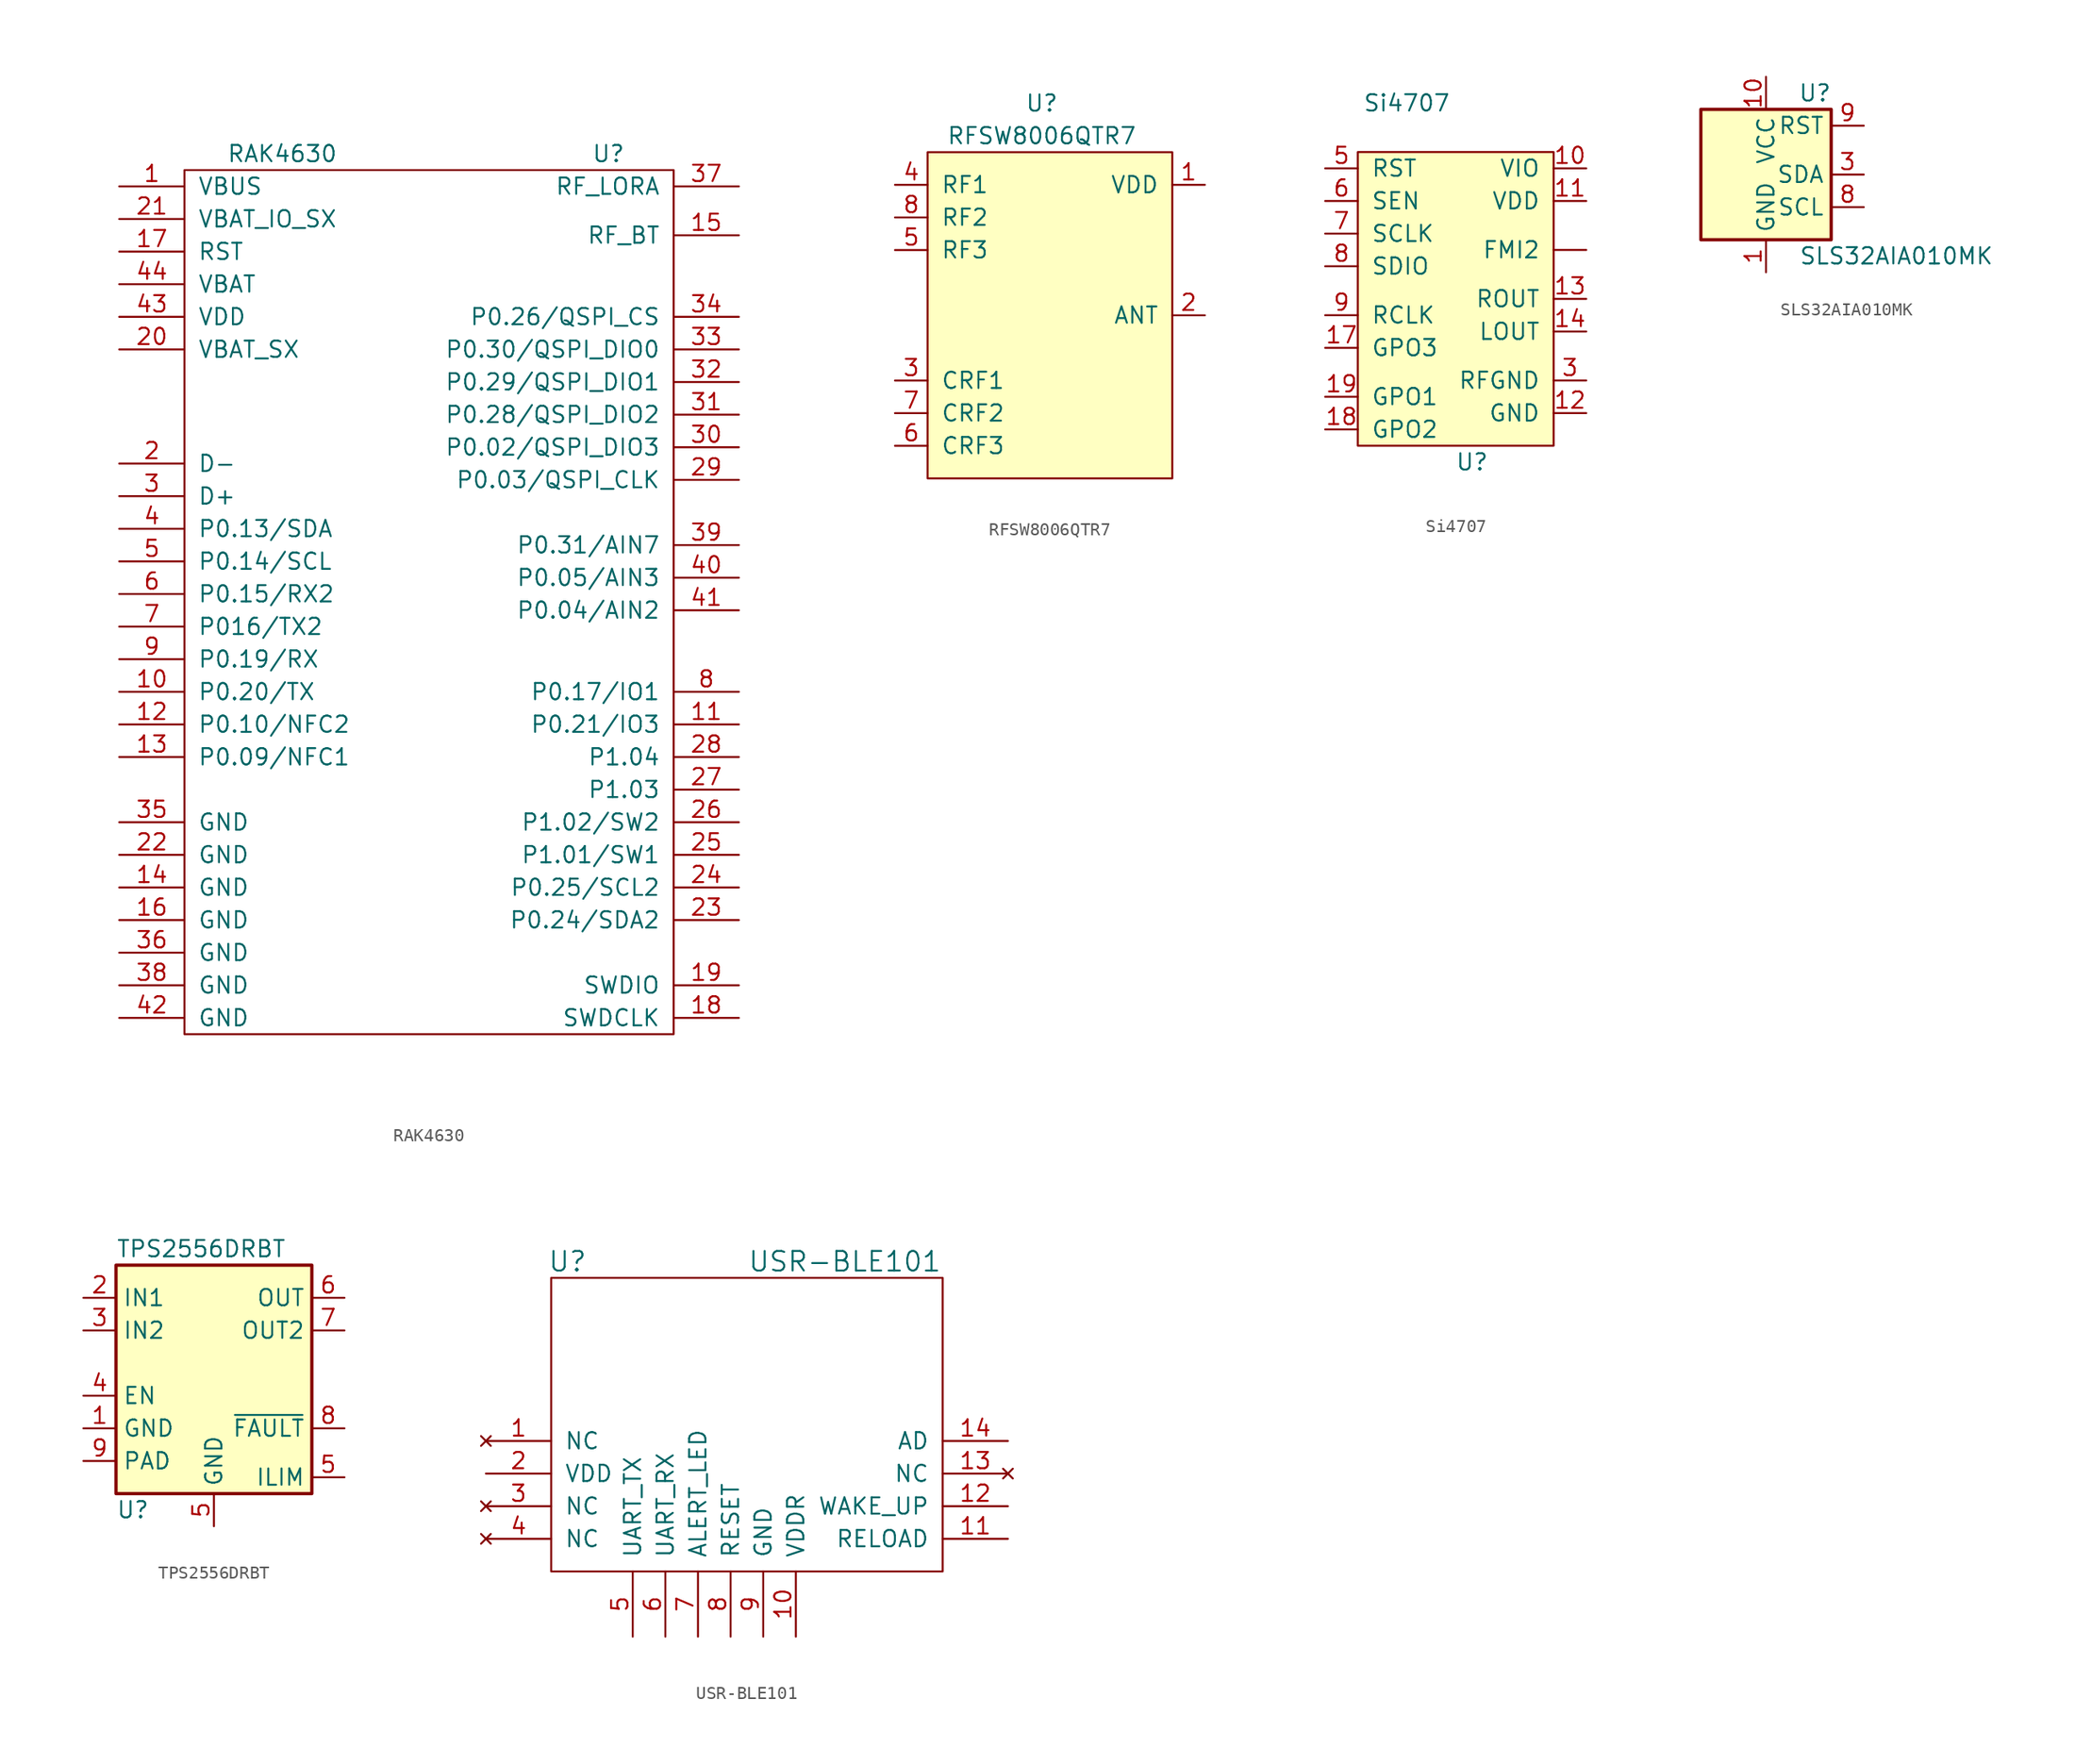
<source format=kicad_sym>
(kicad_symbol_lib
  (version 20211014)
  (generator kicad_symbol_editor)
  (symbol "RAK4630"
    (pin_names
      (offset 1.016))
    (property "Reference" "U"
      (at 13.97 7.62 0)
      (effects (font (size 1.27 1.27))))
    (property "Value" "RAK4630"
      (at -11.43 7.62 0)
      (effects (font (size 1.27 1.27))))
    (symbol "RAK4630_0_1"
      (rectangle (start 19.05 6.35) (end -19.05 -60.96) (stroke (width 0) (type default) (color 0 0 0 0)) (fill (type none))))
    (symbol "RAK4630_1_1"
      (pin input line (at -24.13 5.08 0) (length 5.08) (name "VBUS" (effects (font (size 1.27 1.27)))) (number "1" (effects (font (size 1.27 1.27)))))
      (pin input line (at -24.13 -34.29 0) (length 5.08) (name "P0.20/TX" (effects (font (size 1.27 1.27)))) (number "10" (effects (font (size 1.27 1.27)))))
      (pin input line (at 24.13 -36.83 180) (length 5.08) (name "P0.21/IO3" (effects (font (size 1.27 1.27)))) (number "11" (effects (font (size 1.27 1.27)))))
      (pin input line (at -24.13 -36.83 0) (length 5.08) (name "P0.10/NFC2" (effects (font (size 1.27 1.27)))) (number "12" (effects (font (size 1.27 1.27)))))
      (pin input line (at -24.13 -39.37 0) (length 5.08) (name "P0.09/NFC1" (effects (font (size 1.27 1.27)))) (number "13" (effects (font (size 1.27 1.27)))))
      (pin input line (at -24.13 -49.53 0) (length 5.08) (name "GND" (effects (font (size 1.27 1.27)))) (number "14" (effects (font (size 1.27 1.27)))))
      (pin input line (at 24.13 1.27 180) (length 5.08) (name "RF_BT" (effects (font (size 1.27 1.27)))) (number "15" (effects (font (size 1.27 1.27)))))
      (pin input line (at -24.13 -52.07 0) (length 5.08) (name "GND" (effects (font (size 1.27 1.27)))) (number "16" (effects (font (size 1.27 1.27)))))
      (pin input line (at -24.13 0 0) (length 5.08) (name "RST" (effects (font (size 1.27 1.27)))) (number "17" (effects (font (size 1.27 1.27)))))
      (pin input line (at 24.13 -59.69 180) (length 5.08) (name "SWDCLK" (effects (font (size 1.27 1.27)))) (number "18" (effects (font (size 1.27 1.27)))))
      (pin input line (at 24.13 -57.15 180) (length 5.08) (name "SWDIO" (effects (font (size 1.27 1.27)))) (number "19" (effects (font (size 1.27 1.27)))))
      (pin input line (at -24.13 -16.51 0) (length 5.08) (name "D-" (effects (font (size 1.27 1.27)))) (number "2" (effects (font (size 1.27 1.27)))))
      (pin input line (at -24.13 -7.62 0) (length 5.08) (name "VBAT_SX" (effects (font (size 1.27 1.27)))) (number "20" (effects (font (size 1.27 1.27)))))
      (pin input line (at -24.13 2.54 0) (length 5.08) (name "VBAT_IO_SX" (effects (font (size 1.27 1.27)))) (number "21" (effects (font (size 1.27 1.27)))))
      (pin input line (at -24.13 -46.99 0) (length 5.08) (name "GND" (effects (font (size 1.27 1.27)))) (number "22" (effects (font (size 1.27 1.27)))))
      (pin input line (at 24.13 -52.07 180) (length 5.08) (name "P0.24/SDA2" (effects (font (size 1.27 1.27)))) (number "23" (effects (font (size 1.27 1.27)))))
      (pin input line (at 24.13 -49.53 180) (length 5.08) (name "P0.25/SCL2" (effects (font (size 1.27 1.27)))) (number "24" (effects (font (size 1.27 1.27)))))
      (pin input line (at 24.13 -46.99 180) (length 5.08) (name "P1.01/SW1" (effects (font (size 1.27 1.27)))) (number "25" (effects (font (size 1.27 1.27)))))
      (pin input line (at 24.13 -44.45 180) (length 5.08) (name "P1.02/SW2" (effects (font (size 1.27 1.27)))) (number "26" (effects (font (size 1.27 1.27)))))
      (pin input line (at 24.13 -41.91 180) (length 5.08) (name "P1.03" (effects (font (size 1.27 1.27)))) (number "27" (effects (font (size 1.27 1.27)))))
      (pin input line (at 24.13 -39.37 180) (length 5.08) (name "P1.04" (effects (font (size 1.27 1.27)))) (number "28" (effects (font (size 1.27 1.27)))))
      (pin input line (at 24.13 -17.78 180) (length 5.08) (name "P0.03/QSPI_CLK" (effects (font (size 1.27 1.27)))) (number "29" (effects (font (size 1.27 1.27)))))
      (pin input line (at -24.13 -19.05 0) (length 5.08) (name "D+" (effects (font (size 1.27 1.27)))) (number "3" (effects (font (size 1.27 1.27)))))
      (pin input line (at 24.13 -15.24 180) (length 5.08) (name "P0.02/QSPI_DIO3" (effects (font (size 1.27 1.27)))) (number "30" (effects (font (size 1.27 1.27)))))
      (pin input line (at 24.13 -12.7 180) (length 5.08) (name "P0.28/QSPI_DIO2" (effects (font (size 1.27 1.27)))) (number "31" (effects (font (size 1.27 1.27)))))
      (pin input line (at 24.13 -10.16 180) (length 5.08) (name "P0.29/QSPI_DIO1" (effects (font (size 1.27 1.27)))) (number "32" (effects (font (size 1.27 1.27)))))
      (pin input line (at 24.13 -7.62 180) (length 5.08) (name "P0.30/QSPI_DIO0" (effects (font (size 1.27 1.27)))) (number "33" (effects (font (size 1.27 1.27)))))
      (pin input line (at 24.13 -5.08 180) (length 5.08) (name "P0.26/QSPI_CS" (effects (font (size 1.27 1.27)))) (number "34" (effects (font (size 1.27 1.27)))))
      (pin input line (at -24.13 -44.45 0) (length 5.08) (name "GND" (effects (font (size 1.27 1.27)))) (number "35" (effects (font (size 1.27 1.27)))))
      (pin input line (at -24.13 -54.61 0) (length 5.08) (name "GND" (effects (font (size 1.27 1.27)))) (number "36" (effects (font (size 1.27 1.27)))))
      (pin input line (at 24.13 5.08 180) (length 5.08) (name "RF_LORA" (effects (font (size 1.27 1.27)))) (number "37" (effects (font (size 1.27 1.27)))))
      (pin input line (at -24.13 -57.15 0) (length 5.08) (name "GND" (effects (font (size 1.27 1.27)))) (number "38" (effects (font (size 1.27 1.27)))))
      (pin input line (at 24.13 -22.86 180) (length 5.08) (name "P0.31/AIN7" (effects (font (size 1.27 1.27)))) (number "39" (effects (font (size 1.27 1.27)))))
      (pin input line (at -24.13 -21.59 0) (length 5.08) (name "P0.13/SDA" (effects (font (size 1.27 1.27)))) (number "4" (effects (font (size 1.27 1.27)))))
      (pin input line (at 24.13 -25.4 180) (length 5.08) (name "P0.05/AIN3" (effects (font (size 1.27 1.27)))) (number "40" (effects (font (size 1.27 1.27)))))
      (pin input line (at 24.13 -27.94 180) (length 5.08) (name "P0.04/AIN2" (effects (font (size 1.27 1.27)))) (number "41" (effects (font (size 1.27 1.27)))))
      (pin input line (at -24.13 -59.69 0) (length 5.08) (name "GND" (effects (font (size 1.27 1.27)))) (number "42" (effects (font (size 1.27 1.27)))))
      (pin input line (at -24.13 -5.08 0) (length 5.08) (name "VDD" (effects (font (size 1.27 1.27)))) (number "43" (effects (font (size 1.27 1.27)))))
      (pin input line (at -24.13 -2.54 0) (length 5.08) (name "VBAT" (effects (font (size 1.27 1.27)))) (number "44" (effects (font (size 1.27 1.27)))))
      (pin input line (at -24.13 -24.13 0) (length 5.08) (name "P0.14/SCL" (effects (font (size 1.27 1.27)))) (number "5" (effects (font (size 1.27 1.27)))))
      (pin input line (at -24.13 -26.67 0) (length 5.08) (name "P0.15/RX2" (effects (font (size 1.27 1.27)))) (number "6" (effects (font (size 1.27 1.27)))))
      (pin input line (at -24.13 -29.21 0) (length 5.08) (name "P016/TX2" (effects (font (size 1.27 1.27)))) (number "7" (effects (font (size 1.27 1.27)))))
      (pin input line (at 24.13 -34.29 180) (length 5.08) (name "P0.17/IO1" (effects (font (size 1.27 1.27)))) (number "8" (effects (font (size 1.27 1.27)))))
      (pin input line (at -24.13 -31.75 0) (length 5.08) (name "P0.19/RX" (effects (font (size 1.27 1.27)))) (number "9" (effects (font (size 1.27 1.27)))))))
  (symbol "RFSW8006QTR7"
    (pin_names
      (offset 1.016))
    (property "Reference" "U"
      (at 0 1.27 0)
      (effects (font (size 1.27 1.27))))
    (property "Value" "RFSW8006QTR7"
      (at 0 -1.27 0)
      (effects (font (size 1.27 1.27))))
    (symbol "RFSW8006QTR7_0_1"
      (rectangle (start -8.89 -2.54) (end 10.16 -27.94) (stroke (width 0) (type default) (color 0 0 0 0)) (fill (type background))))
    (symbol "RFSW8006QTR7_1_1"
      (pin input line (at 12.7 -5.08 180) (length 2.54) (name "VDD" (effects (font (size 1.27 1.27)))) (number "1" (effects (font (size 1.27 1.27)))))
      (pin input line (at 12.7 -15.24 180) (length 2.54) (name "ANT" (effects (font (size 1.27 1.27)))) (number "2" (effects (font (size 1.27 1.27)))))
      (pin input line (at -11.43 -20.32 0) (length 2.54) (name "CRF1" (effects (font (size 1.27 1.27)))) (number "3" (effects (font (size 1.27 1.27)))))
      (pin input line (at -11.43 -5.08 0) (length 2.54) (name "RF1" (effects (font (size 1.27 1.27)))) (number "4" (effects (font (size 1.27 1.27)))))
      (pin input line (at -11.43 -10.16 0) (length 2.54) (name "RF3" (effects (font (size 1.27 1.27)))) (number "5" (effects (font (size 1.27 1.27)))))
      (pin input line (at -11.43 -25.4 0) (length 2.54) (name "CRF3" (effects (font (size 1.27 1.27)))) (number "6" (effects (font (size 1.27 1.27)))))
      (pin input line (at -11.43 -22.86 0) (length 2.54) (name "CRF2" (effects (font (size 1.27 1.27)))) (number "7" (effects (font (size 1.27 1.27)))))
      (pin input line (at -11.43 -7.62 0) (length 2.54) (name "RF2" (effects (font (size 1.27 1.27)))) (number "8" (effects (font (size 1.27 1.27)))))))
  (symbol "Si4707"
    (pin_names
      (offset 1.016))
    (property "Reference" "U"
      (at 0 -13.97 0)
      (effects (font (size 1.27 1.27))))
    (property "Value" "Si4707"
      (at -5.08 13.97 0)
      (effects (font (size 1.27 1.27))))
    (symbol "Si4707_0_1"
      (rectangle (start -8.89 10.16) (end 6.35 -12.7) (stroke (width 0) (type default) (color 0 0 0 0)) (fill (type background))))
    (symbol "Si4707_1_1"
      (pin input line (at 8.89 8.89 180) (length 2.54) (name "VIO" (effects (font (size 1.27 1.27)))) (number "10" (effects (font (size 1.27 1.27)))))
      (pin input line (at 8.89 6.35 180) (length 2.54) (name "VDD" (effects (font (size 1.27 1.27)))) (number "11" (effects (font (size 1.27 1.27)))))
      (pin input line (at 8.89 -10.16 180) (length 2.54) (name "GND" (effects (font (size 1.27 1.27)))) (number "12" (effects (font (size 1.27 1.27)))))
      (pin input line (at 8.89 -1.27 180) (length 2.54) (name "ROUT" (effects (font (size 1.27 1.27)))) (number "13" (effects (font (size 1.27 1.27)))))
      (pin input line (at 8.89 -3.81 180) (length 2.54) (name "LOUT" (effects (font (size 1.27 1.27)))) (number "14" (effects (font (size 1.27 1.27)))))
      (pin input line (at 8.89 -10.16 180) (length 2.54) hide (name "NP2" (effects (font (size 1.27 1.27)))) (number "15" (effects (font (size 1.27 1.27)))))
      (pin input line (at 8.89 -10.16 180) (length 2.54) hide (name "NP3" (effects (font (size 1.27 1.27)))) (number "16" (effects (font (size 1.27 1.27)))))
      (pin input line (at -11.43 -5.08 0) (length 2.54) (name "GPO3" (effects (font (size 1.27 1.27)))) (number "17" (effects (font (size 1.27 1.27)))))
      (pin input line (at -11.43 -11.43 0) (length 2.54) (name "GPO2" (effects (font (size 1.27 1.27)))) (number "18" (effects (font (size 1.27 1.27)))))
      (pin input line (at -11.43 -8.89 0) (length 2.54) (name "GPO1" (effects (font (size 1.27 1.27)))) (number "19" (effects (font (size 1.27 1.27)))))
      (pin input line (at 8.89 -7.62 180) (length 2.54) (name "RFGND" (effects (font (size 1.27 1.27)))) (number "3" (effects (font (size 1.27 1.27)))))
      (pin input line (at -11.43 8.89 0) (length 2.54) (name "RST" (effects (font (size 1.27 1.27)))) (number "5" (effects (font (size 1.27 1.27)))))
      (pin input line (at -11.43 6.35 0) (length 2.54) (name "SEN" (effects (font (size 1.27 1.27)))) (number "6" (effects (font (size 1.27 1.27)))))
      (pin input line (at -11.43 3.81 0) (length 2.54) (name "SCLK" (effects (font (size 1.27 1.27)))) (number "7" (effects (font (size 1.27 1.27)))))
      (pin input line (at -11.43 1.27 0) (length 2.54) (name "SDIO" (effects (font (size 1.27 1.27)))) (number "8" (effects (font (size 1.27 1.27)))))
      (pin input line (at -11.43 -2.54 0) (length 2.54) (name "RCLK" (effects (font (size 1.27 1.27)))) (number "9" (effects (font (size 1.27 1.27)))))
      (pin input line (at 8.89 2.54 180) (length 2.54) (name "FMI2" (effects (font (size 1.27 1.27)))) (number "~" (effects (font (size 1.27 1.27)))))))
  (symbol "SLS32AIA010MK"
    (property "Reference" "U"
      (at 3.81 6.35 0)
      (effects (font (size 1.27 1.27))))
    (property "Value" "SLS32AIA010MK"
      (at 10.16 -6.35 0)
      (effects (font (size 1.27 1.27))))
    (symbol "SLS32AIA010MK_0_1"
      (rectangle (start -5.08 5.08) (end 5.08 -5.08) (stroke (width 0.254) (type default) (color 0 0 0 0)) (fill (type background))))
    (symbol "SLS32AIA010MK_1_1"
      (pin power_in line (at 0 -7.62 90) (length 2.54) (name "GND" (effects (font (size 1.27 1.27)))) (number "1" (effects (font (size 1.27 1.27)))))
      (pin power_in line (at 0 7.62 270) (length 2.54) (name "VCC" (effects (font (size 1.27 1.27)))) (number "10" (effects (font (size 1.27 1.27)))))
      (pin bidirectional line (at 7.62 0 180) (length 2.54) (name "SDA" (effects (font (size 1.27 1.27)))) (number "3" (effects (font (size 1.27 1.27)))))
      (pin input line (at 7.62 -2.54 180) (length 2.54) (name "SCL" (effects (font (size 1.27 1.27)))) (number "8" (effects (font (size 1.27 1.27)))))
      (pin input line (at 7.62 3.81 180) (length 2.54) (name "RST" (effects (font (size 1.27 1.27)))) (number "9" (effects (font (size 1.27 1.27)))))))
  (symbol "TPS2556DRBT"
    (property "Reference" "U"
      (at -7.62 -11.43 0)
      (effects (font (size 1.27 1.27)) (justify left)))
    (property "Value" "TPS2556DRBT"
      (at -7.62 8.89 0)
      (effects (font (size 1.27 1.27)) (justify left)))
    (symbol "TPS2556DRBT_0_1"
      (rectangle (start -7.62 7.62) (end 7.62 -10.16) (stroke (width 0.254) (type default) (color 0 0 0 0)) (fill (type background))))
    (symbol "TPS2556DRBT_1_1"
      (pin input line (at -10.16 -5.08 0) (length 2.54) (name "GND" (effects (font (size 1.27 1.27)))) (number "1" (effects (font (size 1.27 1.27)))))
      (pin passive line (at 0 -12.7 90) (length 2.54) hide (name "GND" (effects (font (size 1.27 1.27)))) (number "11" (effects (font (size 1.27 1.27)))))
      (pin passive line (at 0 -12.7 90) (length 2.54) hide (name "GND" (effects (font (size 1.27 1.27)))) (number "2" (effects (font (size 1.27 1.27)))))
      (pin power_in line (at -10.16 5.08 0) (length 2.54) (name "IN1" (effects (font (size 1.27 1.27)))) (number "2" (effects (font (size 1.27 1.27)))))
      (pin power_in line (at -10.16 2.54 0) (length 2.54) (name "IN2" (effects (font (size 1.27 1.27)))) (number "3" (effects (font (size 1.27 1.27)))))
      (pin input line (at -10.16 -2.54 0) (length 2.54) (name "EN" (effects (font (size 1.27 1.27)))) (number "4" (effects (font (size 1.27 1.27)))))
      (pin power_in line (at 0 -12.7 90) (length 2.54) (name "GND" (effects (font (size 1.27 1.27)))) (number "5" (effects (font (size 1.27 1.27)))))
      (pin power_out line (at 10.16 -8.89 180) (length 2.54) (name "ILIM" (effects (font (size 1.27 1.27)))) (number "5" (effects (font (size 1.27 1.27)))))
      (pin power_out line (at 10.16 5.08 180) (length 2.54) (name "OUT" (effects (font (size 1.27 1.27)))) (number "6" (effects (font (size 1.27 1.27)))))
      (pin power_out line (at 10.16 2.54 180) (length 2.54) (name "OUT2" (effects (font (size 1.27 1.27)))) (number "7" (effects (font (size 1.27 1.27)))))
      (pin open_collector line (at 10.16 -5.08 180) (length 2.54) (name "~{FAULT}" (effects (font (size 1.27 1.27)))) (number "8" (effects (font (size 1.27 1.27)))))
      (pin passive line (at -10.16 -7.62 0) (length 2.54) (name "PAD" (effects (font (size 1.27 1.27)))) (number "9" (effects (font (size 1.27 1.27)))))))
  (symbol "USR-BLE101"
    (pin_names
      (offset 1.016))
    (property "Reference" "U"
      (at -13.97 11.43 0)
      (effects (font (size 1.524 1.524))))
    (property "Value" "USR-BLE101"
      (at 7.62 11.43 0)
      (effects (font (size 1.524 1.524))))
    (symbol "USR-BLE101_0_1"
      (rectangle (start -15.24 10.16) (end 15.24 -12.7) (stroke (width 0) (type default) (color 0 0 0 0)) (fill (type none))))
    (symbol "USR-BLE101_1_1"
      (pin no_connect line (at -20.32 -2.54 0) (length 5.08) (name "NC" (effects (font (size 1.27 1.27)))) (number "1" (effects (font (size 1.27 1.27)))))
      (pin input line (at 3.81 -17.78 90) (length 5.08) (name "VDDR" (effects (font (size 1.27 1.27)))) (number "10" (effects (font (size 1.27 1.27)))))
      (pin input line (at 20.32 -10.16 180) (length 5.08) (name "RELOAD" (effects (font (size 1.27 1.27)))) (number "11" (effects (font (size 1.27 1.27)))))
      (pin input line (at 20.32 -7.62 180) (length 5.08) (name "WAKE_UP" (effects (font (size 1.27 1.27)))) (number "12" (effects (font (size 1.27 1.27)))))
      (pin no_connect line (at 20.32 -5.08 180) (length 5.08) (name "NC" (effects (font (size 1.27 1.27)))) (number "13" (effects (font (size 1.27 1.27)))))
      (pin input line (at 20.32 -2.54 180) (length 5.08) (name "AD" (effects (font (size 1.27 1.27)))) (number "14" (effects (font (size 1.27 1.27)))))
      (pin input line (at -20.32 -5.08 0) (length 5.08) (name "VDD" (effects (font (size 1.27 1.27)))) (number "2" (effects (font (size 1.27 1.27)))))
      (pin no_connect line (at -20.32 -7.62 0) (length 5.08) (name "NC" (effects (font (size 1.27 1.27)))) (number "3" (effects (font (size 1.27 1.27)))))
      (pin no_connect line (at -20.32 -10.16 0) (length 5.08) (name "NC" (effects (font (size 1.27 1.27)))) (number "4" (effects (font (size 1.27 1.27)))))
      (pin input line (at -8.89 -17.78 90) (length 5.08) (name "UART_TX" (effects (font (size 1.27 1.27)))) (number "5" (effects (font (size 1.27 1.27)))))
      (pin input line (at -6.35 -17.78 90) (length 5.08) (name "UART_RX" (effects (font (size 1.27 1.27)))) (number "6" (effects (font (size 1.27 1.27)))))
      (pin input line (at -3.81 -17.78 90) (length 5.08) (name "ALERT_LED" (effects (font (size 1.27 1.27)))) (number "7" (effects (font (size 1.27 1.27)))))
      (pin input line (at -1.27 -17.78 90) (length 5.08) (name "RESET" (effects (font (size 1.27 1.27)))) (number "8" (effects (font (size 1.27 1.27)))))
      (pin input line (at 1.27 -17.78 90) (length 5.08) (name "GND" (effects (font (size 1.27 1.27)))) (number "9" (effects (font (size 1.27 1.27))))))))
</source>
